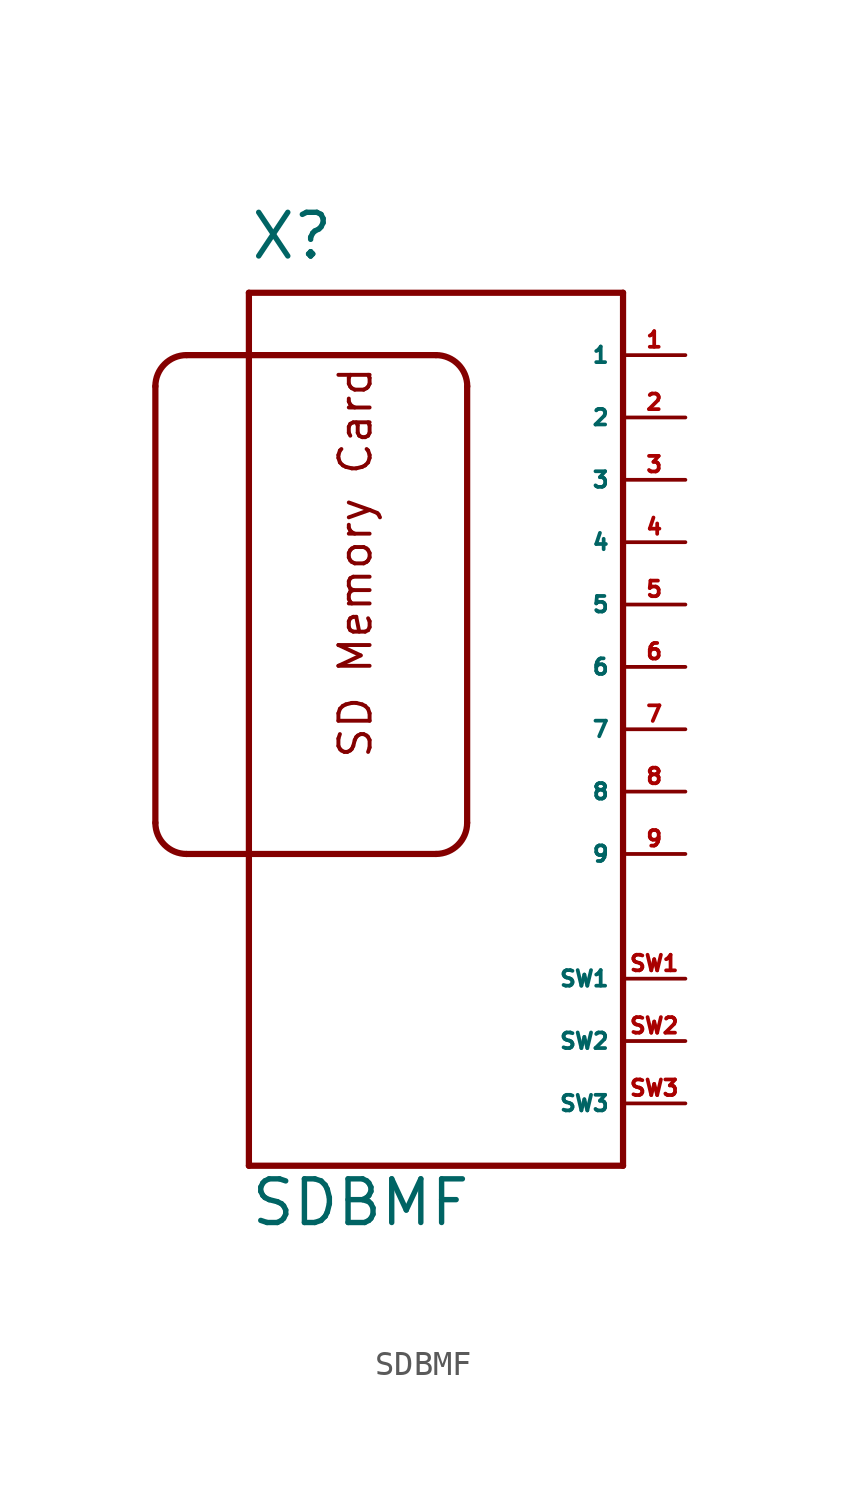
<source format=kicad_sym>
(kicad_symbol_lib
  (version 20220914)
  (generator Eagle2Kicad)
  (symbol "SDBMF"
    (property "Reference" "X"
      (at -12.7 21.59 0)
      (effects (font (size 1.778 1.778) (thickness 0.22)) (justify left bottom)))
    (property "Value" "SDBMF"
      (at -12.7 -17.78 0)
      (effects (font (size 1.778 1.778) (thickness 0.22)) (justify left bottom)))
    (polyline
      (pts (xy 2.54 20.32) (xy 2.54 -15.24))
      (stroke (width 0.254) (type default))
      (fill (type none)))
    (polyline
      (pts (xy 2.54 -15.24) (xy -12.7 -15.24))
      (stroke (width 0.254) (type default))
      (fill (type none)))
    (polyline
      (pts (xy -12.7 -15.24) (xy -12.7 20.32))
      (stroke (width 0.254) (type default))
      (fill (type none)))
    (polyline
      (pts (xy -12.7 20.32) (xy 2.54 20.32))
      (stroke (width 0.254) (type default))
      (fill (type none)))
    (arc
      (start -15.24 17.78)
      (mid -16.138 17.408)
      (end -16.51 16.51)
      (stroke (width 0.254) (type default))
      (fill (type none)))
    (polyline
      (pts (xy -15.24 17.78) (xy -5.08 17.78))
      (stroke (width 0.254) (type default))
      (fill (type none)))
    (arc
      (start -3.81 16.51)
      (mid -4.182 17.408)
      (end -5.08 17.78)
      (stroke (width 0.254) (type default))
      (fill (type none)))
    (polyline
      (pts (xy -3.81 16.51) (xy -3.81 -1.27))
      (stroke (width 0.254) (type default))
      (fill (type none)))
    (arc
      (start -5.08 -2.54)
      (mid -4.182 -2.168)
      (end -3.81 -1.27)
      (stroke (width 0.254) (type default))
      (fill (type none)))
    (polyline
      (pts (xy -5.08 -2.54) (xy -15.24 -2.54))
      (stroke (width 0.254) (type default))
      (fill (type none)))
    (arc
      (start -16.51 -1.27)
      (mid -16.138 -2.168)
      (end -15.24 -2.54)
      (stroke (width 0.254) (type default))
      (fill (type none)))
    (polyline
      (pts (xy -16.51 -1.27) (xy -16.51 16.51))
      (stroke (width 0.254) (type default))
      (fill (type none)))
    (text "SD Memory Card"
      (at -7.62 1.27 900)
      (effects (font (size 1.27 1.27) (thickness 0.16)) (justify left bottom)))
    (pin passive line
      (at 5.08 17.78 180)
      (length 2.54)
      (name "1" (effects (font (size 0.635 0.635) (thickness 0.08)) (justify left bottom)))
      (number "1" (effects (font (size 0.635 0.635) (thickness 0.08)) (justify left bottom))))
    (pin passive line
      (at 5.08 15.24 180)
      (length 2.54)
      (name "2" (effects (font (size 0.635 0.635) (thickness 0.08)) (justify left bottom)))
      (number "2" (effects (font (size 0.635 0.635) (thickness 0.08)) (justify left bottom))))
    (pin passive line
      (at 5.08 12.7 180)
      (length 2.54)
      (name "3" (effects (font (size 0.635 0.635) (thickness 0.08)) (justify left bottom)))
      (number "3" (effects (font (size 0.635 0.635) (thickness 0.08)) (justify left bottom))))
    (pin passive line
      (at 5.08 10.16 180)
      (length 2.54)
      (name "4" (effects (font (size 0.635 0.635) (thickness 0.08)) (justify left bottom)))
      (number "4" (effects (font (size 0.635 0.635) (thickness 0.08)) (justify left bottom))))
    (pin passive line
      (at 5.08 7.62 180)
      (length 2.54)
      (name "5" (effects (font (size 0.635 0.635) (thickness 0.08)) (justify left bottom)))
      (number "5" (effects (font (size 0.635 0.635) (thickness 0.08)) (justify left bottom))))
    (pin passive line
      (at 5.08 5.08 180)
      (length 2.54)
      (name "6" (effects (font (size 0.635 0.635) (thickness 0.08)) (justify left bottom)))
      (number "6" (effects (font (size 0.635 0.635) (thickness 0.08)) (justify left bottom))))
    (pin passive line
      (at 5.08 2.54 180)
      (length 2.54)
      (name "7" (effects (font (size 0.635 0.635) (thickness 0.08)) (justify left bottom)))
      (number "7" (effects (font (size 0.635 0.635) (thickness 0.08)) (justify left bottom))))
    (pin passive line
      (at 5.08 0 180)
      (length 2.54)
      (name "8" (effects (font (size 0.635 0.635) (thickness 0.08)) (justify left bottom)))
      (number "8" (effects (font (size 0.635 0.635) (thickness 0.08)) (justify left bottom))))
    (pin passive line
      (at 5.08 -2.54 180)
      (length 2.54)
      (name "9" (effects (font (size 0.635 0.635) (thickness 0.08)) (justify left bottom)))
      (number "9" (effects (font (size 0.635 0.635) (thickness 0.08)) (justify left bottom))))
    (pin passive line
      (at 5.08 -7.62 180)
      (length 2.54)
      (name "SW1" (effects (font (size 0.635 0.635) (thickness 0.08)) (justify left bottom)))
      (number "SW1" (effects (font (size 0.635 0.635) (thickness 0.08)) (justify left bottom))))
    (pin passive line
      (at 5.08 -10.16 180)
      (length 2.54)
      (name "SW2" (effects (font (size 0.635 0.635) (thickness 0.08)) (justify left bottom)))
      (number "SW2" (effects (font (size 0.635 0.635) (thickness 0.08)) (justify left bottom))))
    (pin passive line
      (at 5.08 -12.7 180)
      (length 2.54)
      (name "SW3" (effects (font (size 0.635 0.635) (thickness 0.08)) (justify left bottom)))
      (number "SW3" (effects (font (size 0.635 0.635) (thickness 0.08)) (justify left bottom))))))
</source>
